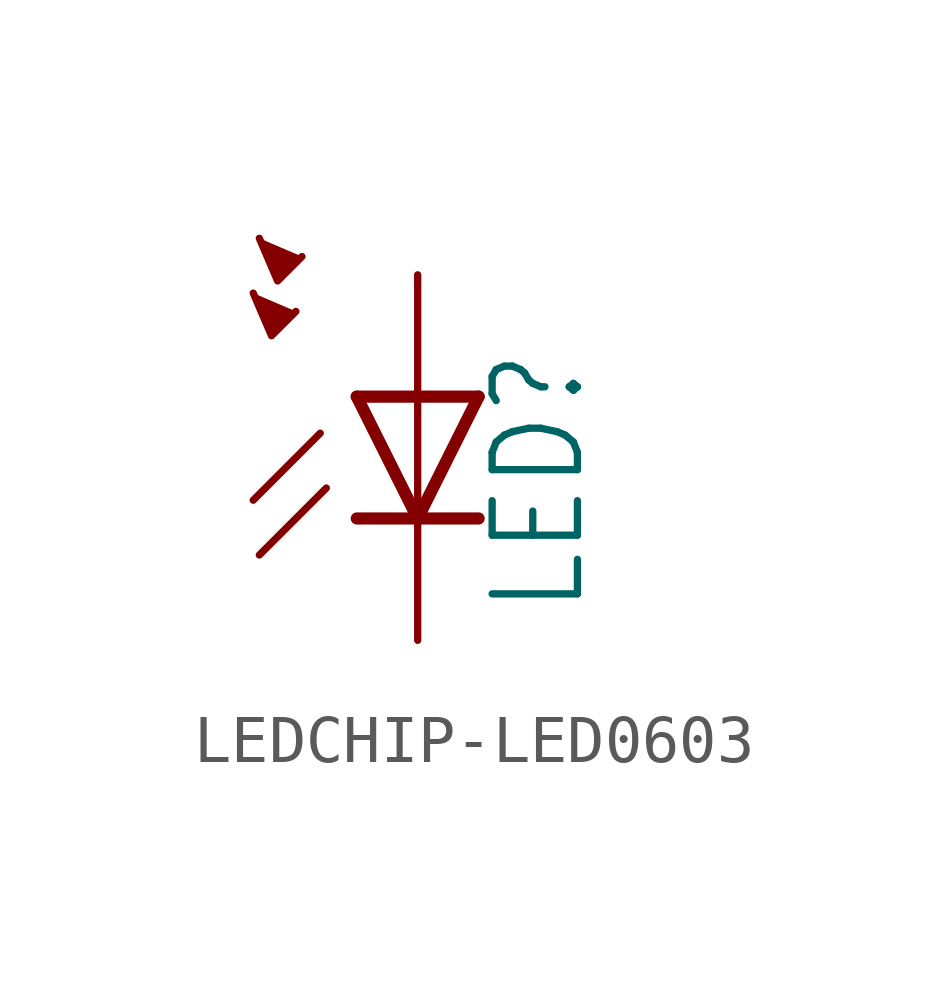
<source format=kicad_sym>
(kicad_symbol_lib
  (version 20241209)
  (generator "kicad_symbol_editor")
  (generator_version "9.0")
  (symbol "LEDCHIP-LED0603"
    (property "Reference" "LED"
      (at 3.556 -4.572 90)
      (effects (font (size 1.778 1.511)) (justify left bottom)))
    (property "Value" ""
      (at 5.715 -4.572 90)
      (effects (font (size 1.778 1.511)) (justify left bottom)))
    (property "ki_locked" ""
      (at 0 0 0)
      (effects (font (size 1.27 1.27))))
    (symbol "LEDCHIP-LED0603_1_0"
      (polyline (pts (xy -3.429 2.159) (xy -3.048 1.27) (xy -2.54 1.778)) (stroke (width 0.152) (type solid)) (fill (type outline)))
      (polyline (pts (xy -3.302 3.302) (xy -2.921 2.413) (xy -2.413 2.921)) (stroke (width 0.152) (type solid)) (fill (type outline)))
      (polyline (pts (xy -2.032 -0.762) (xy -3.429 -2.159)) (stroke (width 0.152) (type solid)) (fill (type none)))
      (polyline (pts (xy -1.905 -1.905) (xy -3.302 -3.302)) (stroke (width 0.152) (type solid)) (fill (type none)))
      (polyline (pts (xy 0 0) (xy -1.27 0)) (stroke (width 0.254) (type solid)) (fill (type none)))
      (polyline (pts (xy 0 0) (xy 0 -2.54)) (stroke (width 0.152) (type solid)) (fill (type none)))
      (polyline (pts (xy 0 -2.54) (xy -1.27 0)) (stroke (width 0.254) (type solid)) (fill (type none)))
      (polyline (pts (xy 0 -2.54) (xy -1.27 -2.54)) (stroke (width 0.254) (type solid)) (fill (type none)))
      (polyline (pts (xy 1.27 0) (xy 0 0)) (stroke (width 0.254) (type solid)) (fill (type none)))
      (polyline (pts (xy 1.27 0) (xy 0 -2.54)) (stroke (width 0.254) (type solid)) (fill (type none)))
      (polyline (pts (xy 1.27 -2.54) (xy 0 -2.54)) (stroke (width 0.254) (type solid)) (fill (type none)))
      (pin passive line (at 0 2.54 270) (length 2.54) (name "A" (effects (font (size 0 0)))) (number "A" (effects (font (size 0 0)))))
      (pin passive line (at 0 -5.08 90) (length 2.54) (name "C" (effects (font (size 0 0)))) (number "C" (effects (font (size 0 0))))))))
</source>
